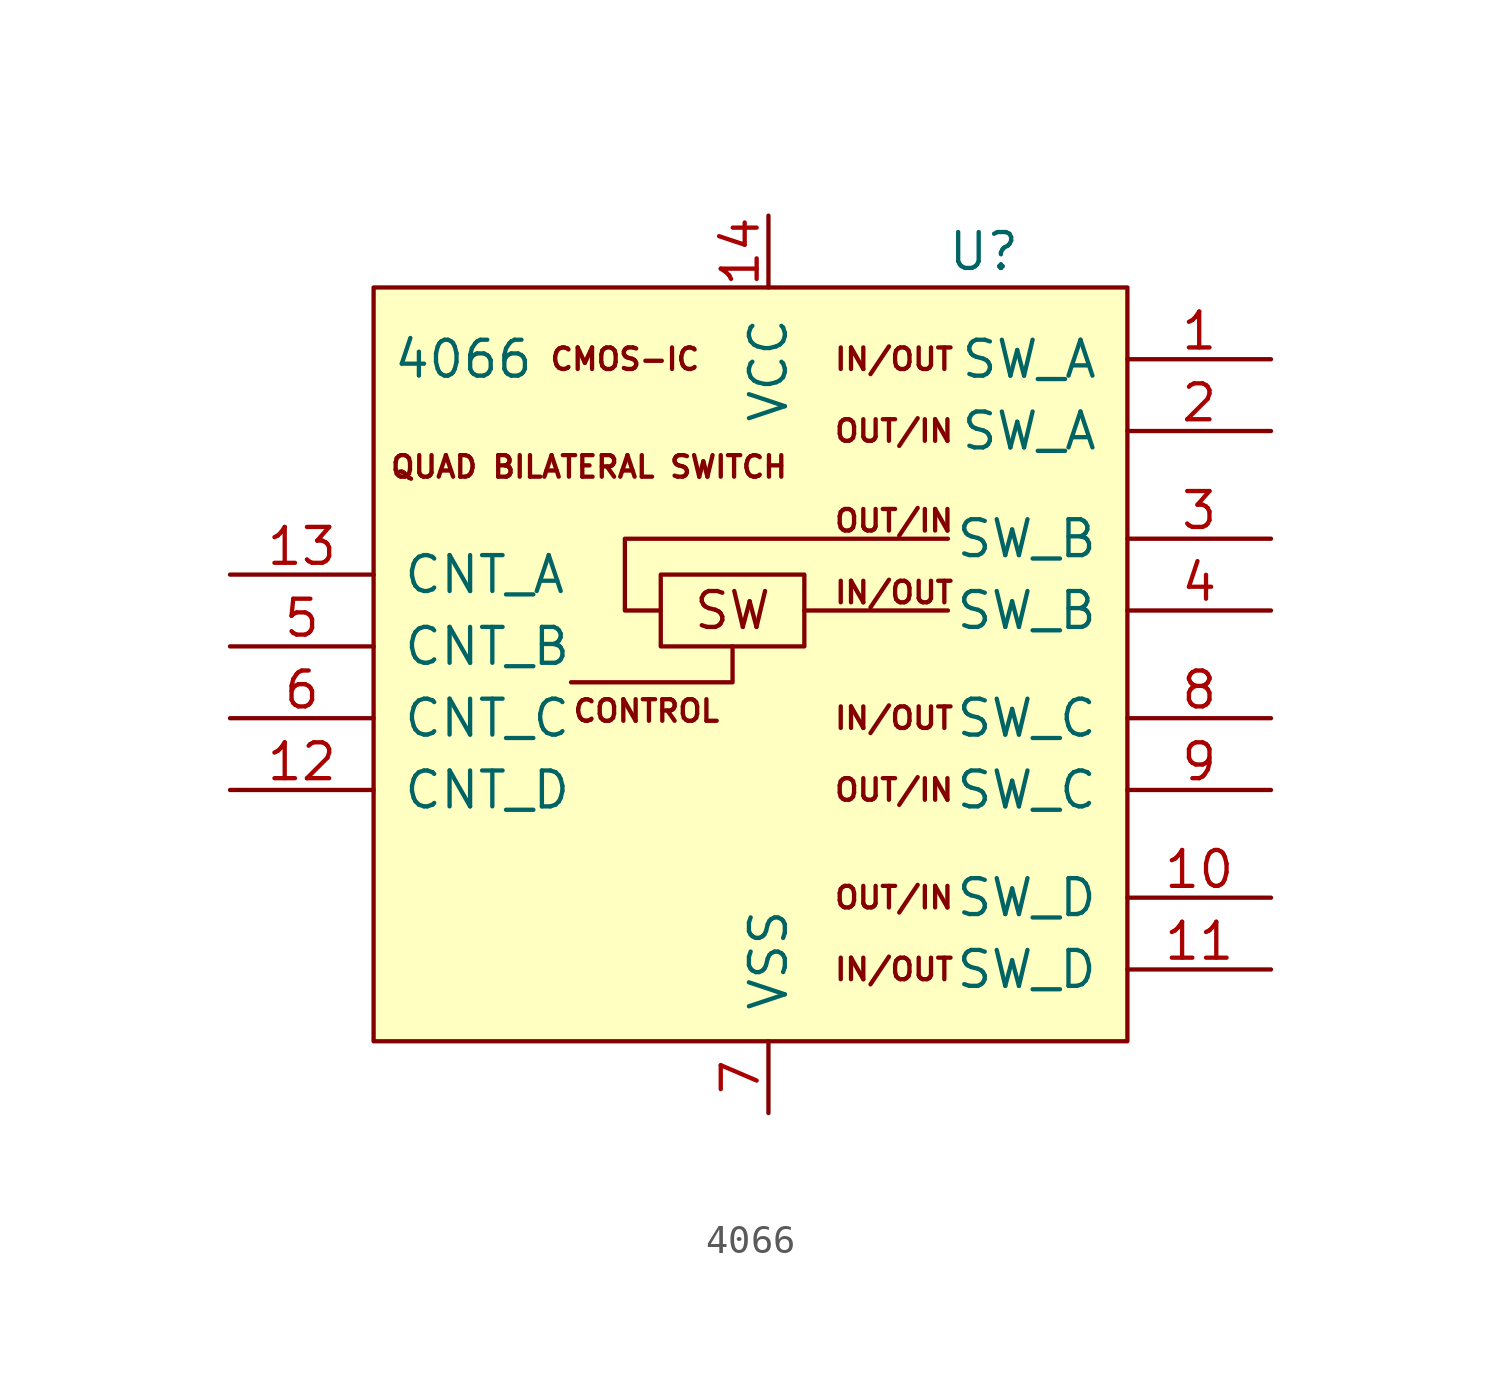
<source format=kicad_sym>
(kicad_symbol_lib
  (version 20211014)
  (generator kicad_symbol_editor)
  (symbol "4066"
    (pin_names
      (offset 1.016))
    (property "Reference" "U"
      (at 7.62 15.24 0)
      (effects (font (size 1.27 1.27))))
    (property "Value" "4066"
      (at -10.795 11.43 0)
      (effects (font (size 1.27 1.27))))
    (symbol "4066_0_0"
      (rectangle (start -13.97 13.97) (end 12.7 -12.7) (stroke (width 0.152) (type default) (color 0 0 0 0)) (fill (type background)))
      (rectangle (start -3.81 3.81) (end 1.27 1.27) (stroke (width 0.152) (type default) (color 0 0 0 0)) (fill (type none)))
      (polyline (pts (xy 1.27 2.54) (xy 6.35 2.54)) (stroke (width 0.152) (type default) (color 0 0 0 0)) (fill (type none)))
      (polyline (pts (xy -1.27 1.27) (xy -1.27 0) (xy -6.985 0)) (stroke (width 0.152) (type default) (color 0 0 0 0)) (fill (type none)))
      (polyline (pts (xy -3.81 2.54) (xy -5.08 2.54) (xy -5.08 5.08) (xy 6.35 5.08)) (stroke (width 0.152) (type default) (color 0 0 0 0)) (fill (type none)))
      (text "CMOS-IC" (at -5.08 11.43 0) (effects (font (size 0.762 0.762))))
      (text "CONTROL" (at -4.318 -1.016 0) (effects (font (size 0.762 0.762))))
      (text "IN/OUT" (at 4.445 -10.16 0) (effects (font (size 0.762 0.762))))
      (text "IN/OUT" (at 4.445 -1.27 0) (effects (font (size 0.762 0.762))))
      (text "IN/OUT" (at 4.445 3.175 0) (effects (font (size 0.762 0.762))))
      (text "IN/OUT" (at 4.445 11.43 0) (effects (font (size 0.762 0.762))))
      (text "OUT/IN" (at 4.445 -7.62 0) (effects (font (size 0.762 0.762))))
      (text "OUT/IN" (at 4.445 -3.81 0) (effects (font (size 0.762 0.762))))
      (text "OUT/IN" (at 4.445 5.715 0) (effects (font (size 0.762 0.762))))
      (text "OUT/IN" (at 4.445 8.89 0) (effects (font (size 0.762 0.762))))
      (text "QUAD BILATERAL SWITCH" (at -6.35 7.62 0) (effects (font (size 0.762 0.762))))
      (text "SW" (at -1.27 2.54 0) (effects (font (size 1.27 1.27))))
      (pin bidirectional line (at 17.78 11.43 180) (length 5.08) (name "SW_A" (effects (font (size 1.27 1.27)))) (number "1" (effects (font (size 1.27 1.27)))))
      (pin bidirectional line (at 17.78 -7.62 180) (length 5.08) (name "SW_D" (effects (font (size 1.27 1.27)))) (number "10" (effects (font (size 1.27 1.27)))))
      (pin bidirectional line (at 17.78 -10.16 180) (length 5.08) (name "SW_D" (effects (font (size 1.27 1.27)))) (number "11" (effects (font (size 1.27 1.27)))))
      (pin input line (at -19.05 -3.81 0) (length 5.08) (name "CNT_D" (effects (font (size 1.27 1.27)))) (number "12" (effects (font (size 1.27 1.27)))))
      (pin input line (at -19.05 3.81 0) (length 5.08) (name "CNT_A" (effects (font (size 1.27 1.27)))) (number "13" (effects (font (size 1.27 1.27)))))
      (pin power_in line (at 0 16.51 270) (length 2.54) (name "VCC" (effects (font (size 1.27 1.27)))) (number "14" (effects (font (size 1.27 1.27)))))
      (pin bidirectional line (at 17.78 8.89 180) (length 5.08) (name "SW_A" (effects (font (size 1.27 1.27)))) (number "2" (effects (font (size 1.27 1.27)))))
      (pin bidirectional line (at 17.78 5.08 180) (length 5.08) (name "SW_B" (effects (font (size 1.27 1.27)))) (number "3" (effects (font (size 1.27 1.27)))))
      (pin bidirectional line (at 17.78 2.54 180) (length 5.08) (name "SW_B" (effects (font (size 1.27 1.27)))) (number "4" (effects (font (size 1.27 1.27)))))
      (pin input line (at -19.05 1.27 0) (length 5.08) (name "CNT_B" (effects (font (size 1.27 1.27)))) (number "5" (effects (font (size 1.27 1.27)))))
      (pin input line (at -19.05 -1.27 0) (length 5.08) (name "CNT_C" (effects (font (size 1.27 1.27)))) (number "6" (effects (font (size 1.27 1.27)))))
      (pin power_in line (at 0 -15.24 90) (length 2.54) (name "VSS" (effects (font (size 1.27 1.27)))) (number "7" (effects (font (size 1.27 1.27)))))
      (pin bidirectional line (at 17.78 -1.27 180) (length 5.08) (name "SW_C" (effects (font (size 1.27 1.27)))) (number "8" (effects (font (size 1.27 1.27)))))
      (pin bidirectional line (at 17.78 -3.81 180) (length 5.08) (name "SW_C" (effects (font (size 1.27 1.27)))) (number "9" (effects (font (size 1.27 1.27))))))))
</source>
